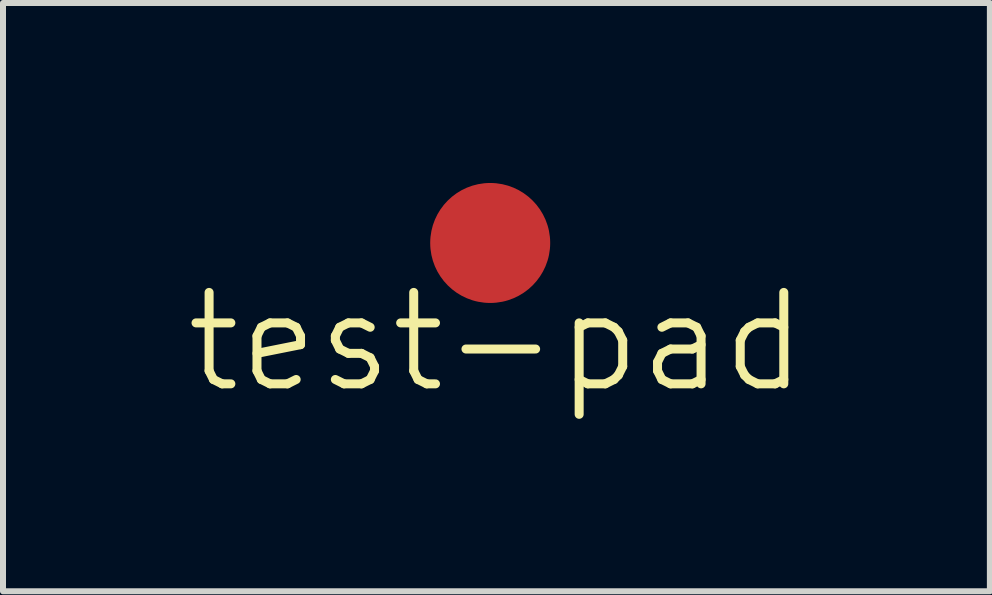
<source format=kicad_pcb>
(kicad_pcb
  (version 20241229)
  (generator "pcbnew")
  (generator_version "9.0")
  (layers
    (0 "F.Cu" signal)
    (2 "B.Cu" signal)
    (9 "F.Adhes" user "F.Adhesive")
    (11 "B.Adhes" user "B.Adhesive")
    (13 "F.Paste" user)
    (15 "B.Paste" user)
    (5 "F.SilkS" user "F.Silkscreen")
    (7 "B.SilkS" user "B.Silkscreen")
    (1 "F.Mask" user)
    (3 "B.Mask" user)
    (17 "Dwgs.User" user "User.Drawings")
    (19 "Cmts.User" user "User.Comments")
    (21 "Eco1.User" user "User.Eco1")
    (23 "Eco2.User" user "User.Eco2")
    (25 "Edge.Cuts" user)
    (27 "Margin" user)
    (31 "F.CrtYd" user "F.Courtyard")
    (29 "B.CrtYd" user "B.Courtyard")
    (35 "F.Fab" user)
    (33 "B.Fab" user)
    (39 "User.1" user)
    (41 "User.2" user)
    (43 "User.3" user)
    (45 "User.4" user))
  (footprint "test-pad"
    (layer "F.Cu")
    (at 5.121 1)
    (property "Reference" "test-pad" (at 0.104 1.651 0) (layer "F.SilkS") (effects (font (size 1.524 1.524) (thickness 0.15))))
    (attr smd)
    (pad "1" smd circle (at 0 0) (size 2 2) (layers "F.Cu" "F.Mask" "F.Paste")))
  (gr_rect
    (start -3 -3)
    (end 13.45 6.806)
    (stroke (width 0.1) (type default))
    (fill no)
    (layer "Edge.Cuts")))
</source>
